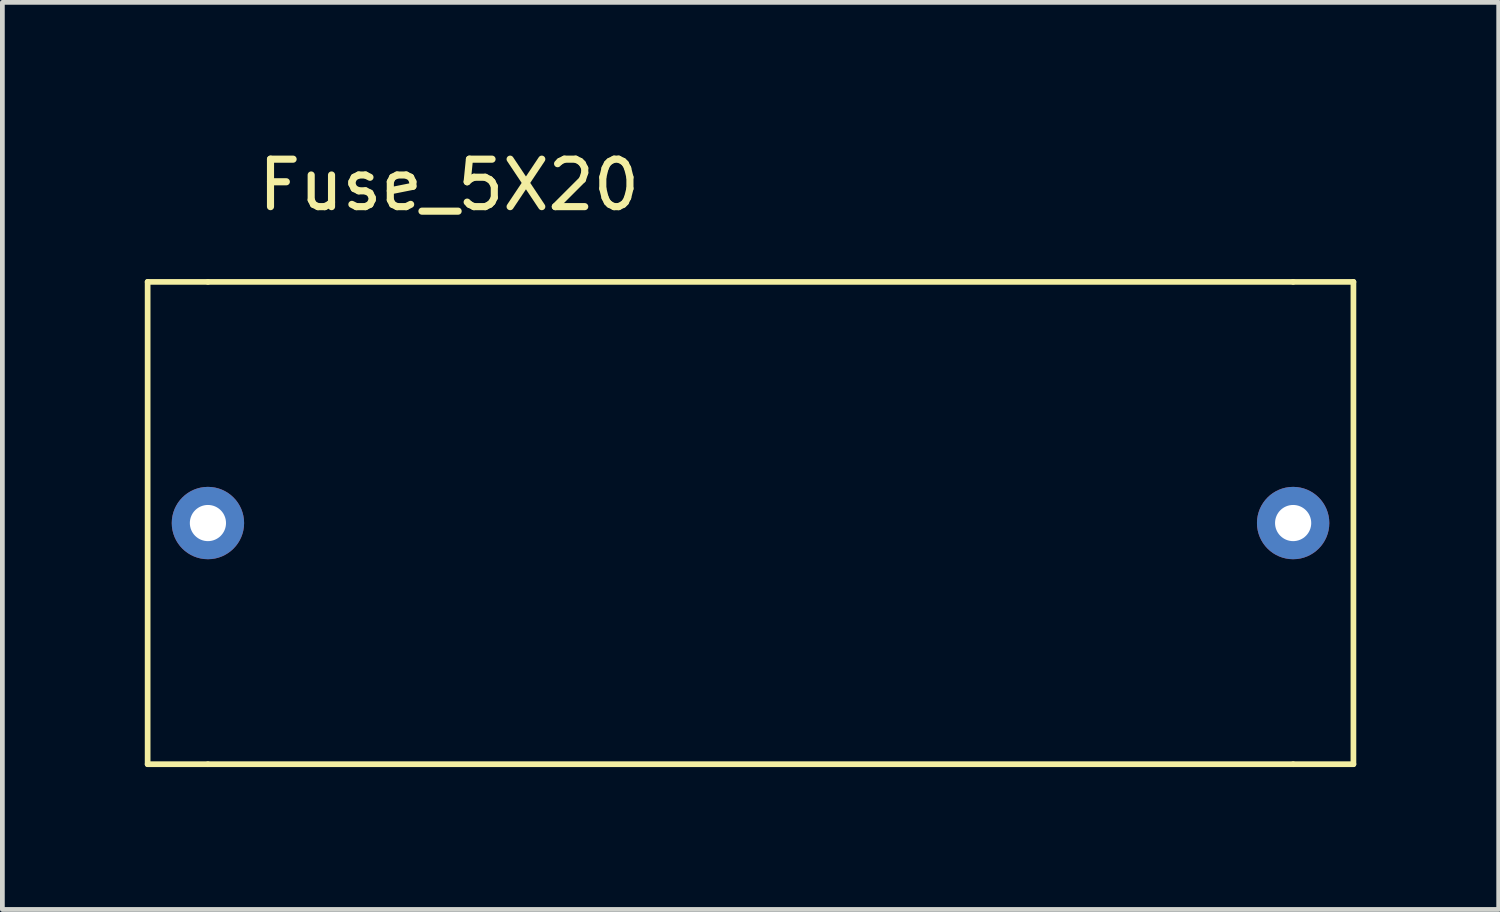
<source format=kicad_pcb>
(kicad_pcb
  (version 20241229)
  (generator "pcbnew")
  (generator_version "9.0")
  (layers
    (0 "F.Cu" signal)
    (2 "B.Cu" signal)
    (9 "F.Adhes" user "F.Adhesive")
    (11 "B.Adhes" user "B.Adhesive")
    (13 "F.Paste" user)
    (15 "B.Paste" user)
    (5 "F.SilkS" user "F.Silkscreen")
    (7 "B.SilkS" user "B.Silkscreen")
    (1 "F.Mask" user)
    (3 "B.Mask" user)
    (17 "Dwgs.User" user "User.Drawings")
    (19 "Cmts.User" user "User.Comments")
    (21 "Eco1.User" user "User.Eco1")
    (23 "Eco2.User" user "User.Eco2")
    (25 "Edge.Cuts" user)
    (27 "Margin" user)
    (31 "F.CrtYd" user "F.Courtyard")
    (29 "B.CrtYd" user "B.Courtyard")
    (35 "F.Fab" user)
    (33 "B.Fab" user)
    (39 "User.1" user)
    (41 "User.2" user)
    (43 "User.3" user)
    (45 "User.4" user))
  (footprint "Fuse_5X20"
    (layer "F.Cu")
    (at 6.41 5.428)
    (property "Reference" "Fuse_5X20" (at 0 -4.58 180) (layer "F.SilkS") (effects (font (size 1 1) (thickness 0.15))))
    (attr through_hole)
    (fp_line (start -6.35 -2.54) (end -6.35 7.62) (stroke (width 0.12) (type solid)) (layer "F.SilkS"))
    (fp_line (start -6.35 7.62) (end -5.08 7.62) (stroke (width 0.12) (type solid)) (layer "F.SilkS"))
    (fp_line (start -5.08 -2.54) (end -6.35 -2.54) (stroke (width 0.12) (type solid)) (layer "F.SilkS"))
    (fp_line (start -5.08 7.62) (end 17.78 7.62) (stroke (width 0.12) (type solid)) (layer "F.SilkS"))
    (fp_line (start 17.78 -2.54) (end -5.08 -2.54) (stroke (width 0.12) (type solid)) (layer "F.SilkS"))
    (fp_line (start 17.78 7.62) (end 19.05 7.62) (stroke (width 0.12) (type solid)) (layer "F.SilkS"))
    (fp_line (start 19.05 -2.54) (end 17.78 -2.54) (stroke (width 0.12) (type solid)) (layer "F.SilkS"))
    (fp_line (start 19.05 -2.54) (end 19.05 7.62) (stroke (width 0.12) (type solid)) (layer "F.SilkS"))
    (pad "1" thru_hole circle (at -5.08 2.54) (size 1.524 1.524) (drill 0.762) (layers "*.Cu" "*.Mask"))
    (pad "2" thru_hole circle (at 17.78 2.54) (size 1.524 1.524) (drill 0.762) (layers "*.Cu" "*.Mask")))
  (gr_rect
    (start -3 -3)
    (end 28.52 16.108)
    (stroke (width 0.1) (type default))
    (fill no)
    (layer "Edge.Cuts")))
</source>
